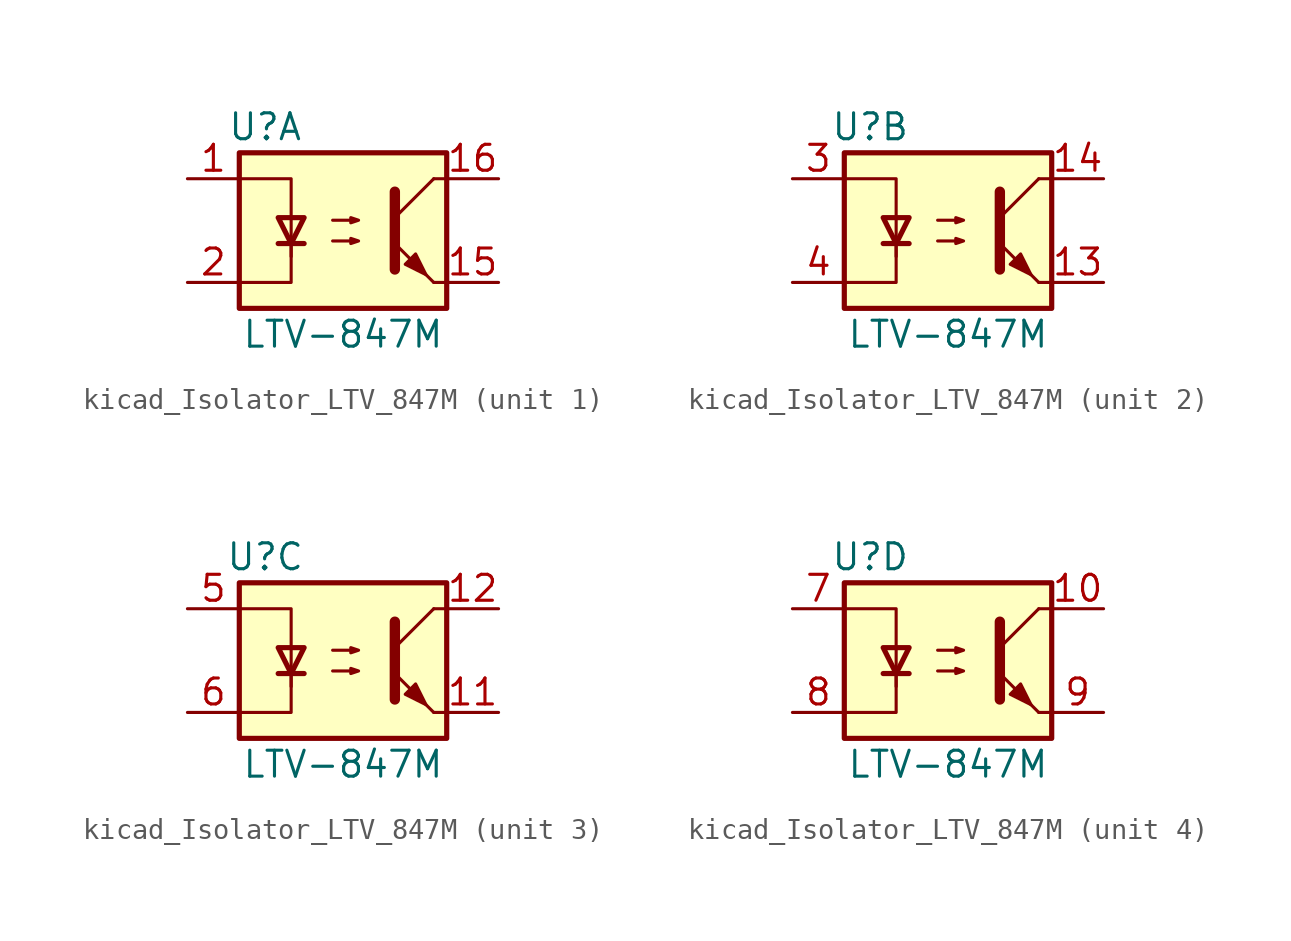
<source format=kicad_sym>
(kicad_symbol_lib
  (version 20220914)
  (generator kicad_symbol_editor)
  (symbol "kicad_Isolator_LTV_847M"
    (pin_names
      (offset 1.016))
    (property "Reference" "U"
      (at -3.81 5.08 0)
      (effects (font (size 1.27 1.27))))
    (property "Value" "LTV-847M"
      (at 0 -5.08 0)
      (effects (font (size 1.27 1.27))))
    (symbol "kicad_Isolator_LTV_847M_0_1"
      (rectangle (start -5.08 3.81) (end 5.08 -3.81) (stroke (width 0.254) (type default)) (fill (type background)))
      (polyline (pts (xy -3.175 -0.635) (xy -1.905 -0.635)) (stroke (width 0.254) (type default)) (fill (type none)))
      (polyline (pts (xy 2.54 0.635) (xy 4.445 2.54)) (stroke (width 0) (type default)) (fill (type none)))
      (polyline (pts (xy 4.445 -2.54) (xy 2.54 -0.635)) (stroke (width 0) (type default)) (fill (type outline)))
      (polyline (pts (xy 4.445 -2.54) (xy 5.08 -2.54)) (stroke (width 0) (type default)) (fill (type none)))
      (polyline (pts (xy 4.445 2.54) (xy 5.08 2.54)) (stroke (width 0) (type default)) (fill (type none)))
      (polyline (pts (xy -2.54 -0.635) (xy -2.54 -2.54) (xy -5.08 -2.54)) (stroke (width 0) (type default)) (fill (type none)))
      (polyline (pts (xy 2.54 1.905) (xy 2.54 -1.905) (xy 2.54 -1.905)) (stroke (width 0.508) (type default)) (fill (type none)))
      (polyline (pts (xy -5.08 2.54) (xy -2.54 2.54) (xy -2.54 -1.27) (xy -2.54 0.635)) (stroke (width 0) (type default)) (fill (type none)))
      (polyline (pts (xy -2.54 -0.635) (xy -3.175 0.635) (xy -1.905 0.635) (xy -2.54 -0.635)) (stroke (width 0.254) (type default)) (fill (type none)))
      (polyline (pts (xy -0.508 -0.508) (xy 0.762 -0.508) (xy 0.381 -0.635) (xy 0.381 -0.381) (xy 0.762 -0.508)) (stroke (width 0) (type default)) (fill (type none)))
      (polyline (pts (xy -0.508 0.508) (xy 0.762 0.508) (xy 0.381 0.381) (xy 0.381 0.635) (xy 0.762 0.508)) (stroke (width 0) (type default)) (fill (type none)))
      (polyline (pts (xy 3.048 -1.651) (xy 3.556 -1.143) (xy 4.064 -2.159) (xy 3.048 -1.651) (xy 3.048 -1.651)) (stroke (width 0) (type default)) (fill (type outline))))
    (symbol "kicad_Isolator_LTV_847M_1_1"
      (pin passive line (at -7.62 2.54 0) (length 2.54) (name "~" (effects (font (size 1.27 1.27)))) (number "1" (effects (font (size 1.27 1.27)))))
      (pin passive line (at 7.62 -2.54 180) (length 2.54) (name "~" (effects (font (size 1.27 1.27)))) (number "15" (effects (font (size 1.27 1.27)))))
      (pin passive line (at 7.62 2.54 180) (length 2.54) (name "~" (effects (font (size 1.27 1.27)))) (number "16" (effects (font (size 1.27 1.27)))))
      (pin passive line (at -7.62 -2.54 0) (length 2.54) (name "~" (effects (font (size 1.27 1.27)))) (number "2" (effects (font (size 1.27 1.27))))))
    (symbol "kicad_Isolator_LTV_847M_2_1"
      (pin passive line (at 7.62 -2.54 180) (length 2.54) (name "~" (effects (font (size 1.27 1.27)))) (number "13" (effects (font (size 1.27 1.27)))))
      (pin passive line (at 7.62 2.54 180) (length 2.54) (name "~" (effects (font (size 1.27 1.27)))) (number "14" (effects (font (size 1.27 1.27)))))
      (pin passive line (at -7.62 2.54 0) (length 2.54) (name "~" (effects (font (size 1.27 1.27)))) (number "3" (effects (font (size 1.27 1.27)))))
      (pin passive line (at -7.62 -2.54 0) (length 2.54) (name "~" (effects (font (size 1.27 1.27)))) (number "4" (effects (font (size 1.27 1.27))))))
    (symbol "kicad_Isolator_LTV_847M_3_1"
      (pin passive line (at 7.62 -2.54 180) (length 2.54) (name "~" (effects (font (size 1.27 1.27)))) (number "11" (effects (font (size 1.27 1.27)))))
      (pin passive line (at 7.62 2.54 180) (length 2.54) (name "~" (effects (font (size 1.27 1.27)))) (number "12" (effects (font (size 1.27 1.27)))))
      (pin passive line (at -7.62 2.54 0) (length 2.54) (name "~" (effects (font (size 1.27 1.27)))) (number "5" (effects (font (size 1.27 1.27)))))
      (pin passive line (at -7.62 -2.54 0) (length 2.54) (name "~" (effects (font (size 1.27 1.27)))) (number "6" (effects (font (size 1.27 1.27))))))
    (symbol "kicad_Isolator_LTV_847M_4_1"
      (pin passive line (at 7.62 2.54 180) (length 2.54) (name "~" (effects (font (size 1.27 1.27)))) (number "10" (effects (font (size 1.27 1.27)))))
      (pin passive line (at -7.62 2.54 0) (length 2.54) (name "~" (effects (font (size 1.27 1.27)))) (number "7" (effects (font (size 1.27 1.27)))))
      (pin passive line (at -7.62 -2.54 0) (length 2.54) (name "~" (effects (font (size 1.27 1.27)))) (number "8" (effects (font (size 1.27 1.27)))))
      (pin passive line (at 7.62 -2.54 180) (length 2.54) (name "~" (effects (font (size 1.27 1.27)))) (number "9" (effects (font (size 1.27 1.27))))))))
</source>
